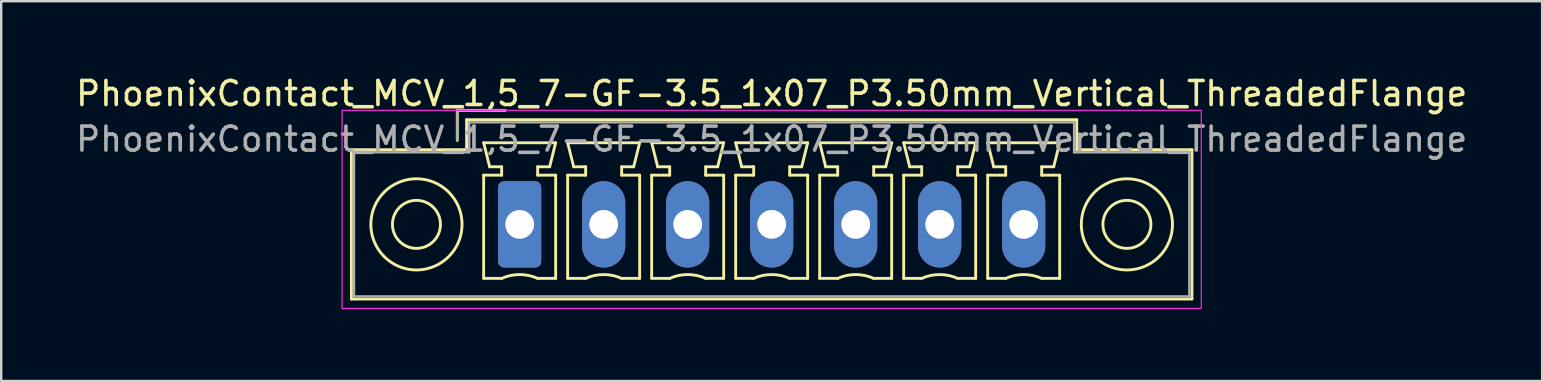
<source format=kicad_pcb>
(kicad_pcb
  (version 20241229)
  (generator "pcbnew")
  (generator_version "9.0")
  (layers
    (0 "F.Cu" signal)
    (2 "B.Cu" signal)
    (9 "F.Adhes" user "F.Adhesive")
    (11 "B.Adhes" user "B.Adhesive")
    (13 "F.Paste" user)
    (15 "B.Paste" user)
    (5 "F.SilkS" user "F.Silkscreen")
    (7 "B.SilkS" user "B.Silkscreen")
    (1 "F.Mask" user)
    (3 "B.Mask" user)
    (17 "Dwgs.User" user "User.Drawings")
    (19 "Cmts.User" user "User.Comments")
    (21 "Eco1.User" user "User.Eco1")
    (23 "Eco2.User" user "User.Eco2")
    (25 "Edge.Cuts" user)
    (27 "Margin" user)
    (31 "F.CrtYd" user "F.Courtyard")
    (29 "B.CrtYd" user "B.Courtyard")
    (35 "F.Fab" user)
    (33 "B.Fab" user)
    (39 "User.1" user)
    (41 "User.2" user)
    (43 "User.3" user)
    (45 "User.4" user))
  (footprint "PhoenixContact_MCV_1,5_7-GF-3.5_1x07_P3.50mm_Vertical_ThreadedFlange"
    (layer "F.Cu")
    (at 18.601 6.298)
    (property "Reference" "PhoenixContact_MCV_1,5_7-GF-3.5_1x07_P3.50mm_Vertical_ThreadedFlange" (at 10.5 -5.45 0) (layer "F.SilkS") (effects (font (size 1 1) (thickness 0.15))))
    (attr through_hole)
    (fp_line (start -7.01 -3.11) (end -7.01 3.11) (stroke (width 0.12) (type solid)) (layer "F.SilkS"))
    (fp_line (start -7.01 3.11) (end 28.01 3.11) (stroke (width 0.12) (type solid)) (layer "F.SilkS"))
    (fp_line (start -2.6 -4.75) (end -0.6 -4.75) (stroke (width 0.12) (type solid)) (layer "F.SilkS"))
    (fp_line (start -2.6 -3.5) (end -2.6 -4.75) (stroke (width 0.12) (type solid)) (layer "F.SilkS"))
    (fp_line (start -2.21 -4.36) (end -2.21 -3.11) (stroke (width 0.12) (type solid)) (layer "F.SilkS"))
    (fp_line (start -2.21 -3.11) (end -7.01 -3.11) (stroke (width 0.12) (type solid)) (layer "F.SilkS"))
    (fp_line (start -1.5 -3.4) (end 1.5 -3.4) (stroke (width 0.12) (type solid)) (layer "F.SilkS"))
    (fp_line (start -1.5 -2.05) (end -0.75 -2.05) (stroke (width 0.12) (type solid)) (layer "F.SilkS"))
    (fp_line (start -1.5 2.25) (end -1.5 -2.05) (stroke (width 0.12) (type solid)) (layer "F.SilkS"))
    (fp_line (start -1.25 -2.4) (end -1.5 -3.4) (stroke (width 0.12) (type solid)) (layer "F.SilkS"))
    (fp_line (start -0.75 -2.4) (end -1.25 -2.4) (stroke (width 0.12) (type solid)) (layer "F.SilkS"))
    (fp_line (start -0.75 -2.05) (end -0.75 -2.4) (stroke (width 0.12) (type solid)) (layer "F.SilkS"))
    (fp_line (start -0.75 2.25) (end -1.5 2.25) (stroke (width 0.12) (type solid)) (layer "F.SilkS"))
    (fp_line (start 0.75 -2.4) (end 0.75 -2.05) (stroke (width 0.12) (type solid)) (layer "F.SilkS"))
    (fp_line (start 0.75 -2.05) (end 1.5 -2.05) (stroke (width 0.12) (type solid)) (layer "F.SilkS"))
    (fp_line (start 1.25 -2.4) (end 0.75 -2.4) (stroke (width 0.12) (type solid)) (layer "F.SilkS"))
    (fp_line (start 1.5 -3.4) (end 1.25 -2.4) (stroke (width 0.12) (type solid)) (layer "F.SilkS"))
    (fp_line (start 1.5 -2.05) (end 1.5 2.25) (stroke (width 0.12) (type solid)) (layer "F.SilkS"))
    (fp_line (start 1.5 2.25) (end 0.75 2.25) (stroke (width 0.12) (type solid)) (layer "F.SilkS"))
    (fp_line (start 2 -3.4) (end 5 -3.4) (stroke (width 0.12) (type solid)) (layer "F.SilkS"))
    (fp_line (start 2 -2.05) (end 2.75 -2.05) (stroke (width 0.12) (type solid)) (layer "F.SilkS"))
    (fp_line (start 2 2.25) (end 2 -2.05) (stroke (width 0.12) (type solid)) (layer "F.SilkS"))
    (fp_line (start 2.25 -2.4) (end 2 -3.4) (stroke (width 0.12) (type solid)) (layer "F.SilkS"))
    (fp_line (start 2.75 -2.4) (end 2.25 -2.4) (stroke (width 0.12) (type solid)) (layer "F.SilkS"))
    (fp_line (start 2.75 -2.05) (end 2.75 -2.4) (stroke (width 0.12) (type solid)) (layer "F.SilkS"))
    (fp_line (start 2.75 2.25) (end 2 2.25) (stroke (width 0.12) (type solid)) (layer "F.SilkS"))
    (fp_line (start 4.25 -2.4) (end 4.25 -2.05) (stroke (width 0.12) (type solid)) (layer "F.SilkS"))
    (fp_line (start 4.25 -2.05) (end 5 -2.05) (stroke (width 0.12) (type solid)) (layer "F.SilkS"))
    (fp_line (start 4.75 -2.4) (end 4.25 -2.4) (stroke (width 0.12) (type solid)) (layer "F.SilkS"))
    (fp_line (start 5 -3.4) (end 4.75 -2.4) (stroke (width 0.12) (type solid)) (layer "F.SilkS"))
    (fp_line (start 5 -2.05) (end 5 2.25) (stroke (width 0.12) (type solid)) (layer "F.SilkS"))
    (fp_line (start 5 2.25) (end 4.25 2.25) (stroke (width 0.12) (type solid)) (layer "F.SilkS"))
    (fp_line (start 5.5 -3.4) (end 8.5 -3.4) (stroke (width 0.12) (type solid)) (layer "F.SilkS"))
    (fp_line (start 5.5 -2.05) (end 6.25 -2.05) (stroke (width 0.12) (type solid)) (layer "F.SilkS"))
    (fp_line (start 5.5 2.25) (end 5.5 -2.05) (stroke (width 0.12) (type solid)) (layer "F.SilkS"))
    (fp_line (start 5.75 -2.4) (end 5.5 -3.4) (stroke (width 0.12) (type solid)) (layer "F.SilkS"))
    (fp_line (start 6.25 -2.4) (end 5.75 -2.4) (stroke (width 0.12) (type solid)) (layer "F.SilkS"))
    (fp_line (start 6.25 -2.05) (end 6.25 -2.4) (stroke (width 0.12) (type solid)) (layer "F.SilkS"))
    (fp_line (start 6.25 2.25) (end 5.5 2.25) (stroke (width 0.12) (type solid)) (layer "F.SilkS"))
    (fp_line (start 7.75 -2.4) (end 7.75 -2.05) (stroke (width 0.12) (type solid)) (layer "F.SilkS"))
    (fp_line (start 7.75 -2.05) (end 8.5 -2.05) (stroke (width 0.12) (type solid)) (layer "F.SilkS"))
    (fp_line (start 8.25 -2.4) (end 7.75 -2.4) (stroke (width 0.12) (type solid)) (layer "F.SilkS"))
    (fp_line (start 8.5 -3.4) (end 8.25 -2.4) (stroke (width 0.12) (type solid)) (layer "F.SilkS"))
    (fp_line (start 8.5 -2.05) (end 8.5 2.25) (stroke (width 0.12) (type solid)) (layer "F.SilkS"))
    (fp_line (start 8.5 2.25) (end 7.75 2.25) (stroke (width 0.12) (type solid)) (layer "F.SilkS"))
    (fp_line (start 9 -3.4) (end 12 -3.4) (stroke (width 0.12) (type solid)) (layer "F.SilkS"))
    (fp_line (start 9 -2.05) (end 9.75 -2.05) (stroke (width 0.12) (type solid)) (layer "F.SilkS"))
    (fp_line (start 9 2.25) (end 9 -2.05) (stroke (width 0.12) (type solid)) (layer "F.SilkS"))
    (fp_line (start 9.25 -2.4) (end 9 -3.4) (stroke (width 0.12) (type solid)) (layer "F.SilkS"))
    (fp_line (start 9.75 -2.4) (end 9.25 -2.4) (stroke (width 0.12) (type solid)) (layer "F.SilkS"))
    (fp_line (start 9.75 -2.05) (end 9.75 -2.4) (stroke (width 0.12) (type solid)) (layer "F.SilkS"))
    (fp_line (start 9.75 2.25) (end 9 2.25) (stroke (width 0.12) (type solid)) (layer "F.SilkS"))
    (fp_line (start 11.25 -2.4) (end 11.25 -2.05) (stroke (width 0.12) (type solid)) (layer "F.SilkS"))
    (fp_line (start 11.25 -2.05) (end 12 -2.05) (stroke (width 0.12) (type solid)) (layer "F.SilkS"))
    (fp_line (start 11.75 -2.4) (end 11.25 -2.4) (stroke (width 0.12) (type solid)) (layer "F.SilkS"))
    (fp_line (start 12 -3.4) (end 11.75 -2.4) (stroke (width 0.12) (type solid)) (layer "F.SilkS"))
    (fp_line (start 12 -2.05) (end 12 2.25) (stroke (width 0.12) (type solid)) (layer "F.SilkS"))
    (fp_line (start 12 2.25) (end 11.25 2.25) (stroke (width 0.12) (type solid)) (layer "F.SilkS"))
    (fp_line (start 12.5 -3.4) (end 15.5 -3.4) (stroke (width 0.12) (type solid)) (layer "F.SilkS"))
    (fp_line (start 12.5 -2.05) (end 13.25 -2.05) (stroke (width 0.12) (type solid)) (layer "F.SilkS"))
    (fp_line (start 12.5 2.25) (end 12.5 -2.05) (stroke (width 0.12) (type solid)) (layer "F.SilkS"))
    (fp_line (start 12.75 -2.4) (end 12.5 -3.4) (stroke (width 0.12) (type solid)) (layer "F.SilkS"))
    (fp_line (start 13.25 -2.4) (end 12.75 -2.4) (stroke (width 0.12) (type solid)) (layer "F.SilkS"))
    (fp_line (start 13.25 -2.05) (end 13.25 -2.4) (stroke (width 0.12) (type solid)) (layer "F.SilkS"))
    (fp_line (start 13.25 2.25) (end 12.5 2.25) (stroke (width 0.12) (type solid)) (layer "F.SilkS"))
    (fp_line (start 14.75 -2.4) (end 14.75 -2.05) (stroke (width 0.12) (type solid)) (layer "F.SilkS"))
    (fp_line (start 14.75 -2.05) (end 15.5 -2.05) (stroke (width 0.12) (type solid)) (layer "F.SilkS"))
    (fp_line (start 15.25 -2.4) (end 14.75 -2.4) (stroke (width 0.12) (type solid)) (layer "F.SilkS"))
    (fp_line (start 15.5 -3.4) (end 15.25 -2.4) (stroke (width 0.12) (type solid)) (layer "F.SilkS"))
    (fp_line (start 15.5 -2.05) (end 15.5 2.25) (stroke (width 0.12) (type solid)) (layer "F.SilkS"))
    (fp_line (start 15.5 2.25) (end 14.75 2.25) (stroke (width 0.12) (type solid)) (layer "F.SilkS"))
    (fp_line (start 16 -3.4) (end 19 -3.4) (stroke (width 0.12) (type solid)) (layer "F.SilkS"))
    (fp_line (start 16 -2.05) (end 16.75 -2.05) (stroke (width 0.12) (type solid)) (layer "F.SilkS"))
    (fp_line (start 16 2.25) (end 16 -2.05) (stroke (width 0.12) (type solid)) (layer "F.SilkS"))
    (fp_line (start 16.25 -2.4) (end 16 -3.4) (stroke (width 0.12) (type solid)) (layer "F.SilkS"))
    (fp_line (start 16.75 -2.4) (end 16.25 -2.4) (stroke (width 0.12) (type solid)) (layer "F.SilkS"))
    (fp_line (start 16.75 -2.05) (end 16.75 -2.4) (stroke (width 0.12) (type solid)) (layer "F.SilkS"))
    (fp_line (start 16.75 2.25) (end 16 2.25) (stroke (width 0.12) (type solid)) (layer "F.SilkS"))
    (fp_line (start 18.25 -2.4) (end 18.25 -2.05) (stroke (width 0.12) (type solid)) (layer "F.SilkS"))
    (fp_line (start 18.25 -2.05) (end 19 -2.05) (stroke (width 0.12) (type solid)) (layer "F.SilkS"))
    (fp_line (start 18.75 -2.4) (end 18.25 -2.4) (stroke (width 0.12) (type solid)) (layer "F.SilkS"))
    (fp_line (start 19 -3.4) (end 18.75 -2.4) (stroke (width 0.12) (type solid)) (layer "F.SilkS"))
    (fp_line (start 19 -2.05) (end 19 2.25) (stroke (width 0.12) (type solid)) (layer "F.SilkS"))
    (fp_line (start 19 2.25) (end 18.25 2.25) (stroke (width 0.12) (type solid)) (layer "F.SilkS"))
    (fp_line (start 19.5 -3.4) (end 22.5 -3.4) (stroke (width 0.12) (type solid)) (layer "F.SilkS"))
    (fp_line (start 19.5 -2.05) (end 20.25 -2.05) (stroke (width 0.12) (type solid)) (layer "F.SilkS"))
    (fp_line (start 19.5 2.25) (end 19.5 -2.05) (stroke (width 0.12) (type solid)) (layer "F.SilkS"))
    (fp_line (start 19.75 -2.4) (end 19.5 -3.4) (stroke (width 0.12) (type solid)) (layer "F.SilkS"))
    (fp_line (start 20.25 -2.4) (end 19.75 -2.4) (stroke (width 0.12) (type solid)) (layer "F.SilkS"))
    (fp_line (start 20.25 -2.05) (end 20.25 -2.4) (stroke (width 0.12) (type solid)) (layer "F.SilkS"))
    (fp_line (start 20.25 2.25) (end 19.5 2.25) (stroke (width 0.12) (type solid)) (layer "F.SilkS"))
    (fp_line (start 21.75 -2.4) (end 21.75 -2.05) (stroke (width 0.12) (type solid)) (layer "F.SilkS"))
    (fp_line (start 21.75 -2.05) (end 22.5 -2.05) (stroke (width 0.12) (type solid)) (layer "F.SilkS"))
    (fp_line (start 22.25 -2.4) (end 21.75 -2.4) (stroke (width 0.12) (type solid)) (layer "F.SilkS"))
    (fp_line (start 22.5 -3.4) (end 22.25 -2.4) (stroke (width 0.12) (type solid)) (layer "F.SilkS"))
    (fp_line (start 22.5 -2.05) (end 22.5 2.25) (stroke (width 0.12) (type solid)) (layer "F.SilkS"))
    (fp_line (start 22.5 2.25) (end 21.75 2.25) (stroke (width 0.12) (type solid)) (layer "F.SilkS"))
    (fp_line (start 23.21 -4.36) (end -2.21 -4.36) (stroke (width 0.12) (type solid)) (layer "F.SilkS"))
    (fp_line (start 23.21 -3.11) (end 23.21 -4.36) (stroke (width 0.12) (type solid)) (layer "F.SilkS"))
    (fp_line (start 28.01 -3.11) (end 23.21 -3.11) (stroke (width 0.12) (type solid)) (layer "F.SilkS"))
    (fp_line (start 28.01 3.11) (end 28.01 -3.11) (stroke (width 0.12) (type solid)) (layer "F.SilkS"))
    (fp_arc (start -0.75 2.25) (mid -0.000193 2.09191) (end 0.749647 2.249844) (stroke (width 0.12) (type solid)) (layer "F.SilkS"))
    (fp_arc (start 2.75 2.25) (mid 3.499807 2.09191) (end 4.249647 2.249844) (stroke (width 0.12) (type solid)) (layer "F.SilkS"))
    (fp_arc (start 6.25 2.25) (mid 6.999807 2.09191) (end 7.749647 2.249844) (stroke (width 0.12) (type solid)) (layer "F.SilkS"))
    (fp_arc (start 9.75 2.25) (mid 10.499807 2.09191) (end 11.249647 2.249844) (stroke (width 0.12) (type solid)) (layer "F.SilkS"))
    (fp_arc (start 13.25 2.25) (mid 13.999807 2.09191) (end 14.749647 2.249844) (stroke (width 0.12) (type solid)) (layer "F.SilkS"))
    (fp_arc (start 16.75 2.25) (mid 17.499807 2.09191) (end 18.249647 2.249844) (stroke (width 0.12) (type solid)) (layer "F.SilkS"))
    (fp_arc (start 20.25 2.25) (mid 20.999807 2.09191) (end 21.749647 2.249844) (stroke (width 0.12) (type solid)) (layer "F.SilkS"))
    (fp_circle (center -4.3 0) (end -3.3 0) (stroke (width 0.12) (type solid)) (fill no) (layer "F.SilkS"))
    (fp_circle (center -4.3 0) (end -2.4 0) (stroke (width 0.12) (type solid)) (fill no) (layer "F.SilkS"))
    (fp_circle (center 25.3 0) (end 26.3 0) (stroke (width 0.12) (type solid)) (fill no) (layer "F.SilkS"))
    (fp_circle (center 25.3 0) (end 27.2 0) (stroke (width 0.12) (type solid)) (fill no) (layer "F.SilkS"))
    (fp_line (start -7.4 -4.75) (end -7.4 3.5) (stroke (width 0.05) (type solid)) (layer "F.CrtYd"))
    (fp_line (start -7.4 3.5) (end 28.4 3.5) (stroke (width 0.05) (type solid)) (layer "F.CrtYd"))
    (fp_line (start 28.4 -4.75) (end -7.4 -4.75) (stroke (width 0.05) (type solid)) (layer "F.CrtYd"))
    (fp_line (start 28.4 3.5) (end 28.4 -4.75) (stroke (width 0.05) (type solid)) (layer "F.CrtYd"))
    (fp_line (start -6.9 -3) (end -6.9 3) (stroke (width 0.1) (type solid)) (layer "F.Fab"))
    (fp_line (start -6.9 3) (end 27.9 3) (stroke (width 0.1) (type solid)) (layer "F.Fab"))
    (fp_line (start -2.6 -4.75) (end -0.6 -4.75) (stroke (width 0.1) (type solid)) (layer "F.Fab"))
    (fp_line (start -2.6 -3.5) (end -2.6 -4.75) (stroke (width 0.1) (type solid)) (layer "F.Fab"))
    (fp_line (start -2.1 -4.25) (end -2.1 -3) (stroke (width 0.1) (type solid)) (layer "F.Fab"))
    (fp_line (start -2.1 -3) (end -6.9 -3) (stroke (width 0.1) (type solid)) (layer "F.Fab"))
    (fp_line (start 23.1 -4.25) (end -2.1 -4.25) (stroke (width 0.1) (type solid)) (layer "F.Fab"))
    (fp_line (start 23.1 -3) (end 23.1 -4.25) (stroke (width 0.1) (type solid)) (layer "F.Fab"))
    (fp_line (start 27.9 -3) (end 23.1 -3) (stroke (width 0.1) (type solid)) (layer "F.Fab"))
    (fp_line (start 27.9 3) (end 27.9 -3) (stroke (width 0.1) (type solid)) (layer "F.Fab"))
    (fp_text user "${REFERENCE}" (at 10.5 -3.55 0) (layer "F.Fab") (effects (font (size 1 1) (thickness 0.15))))
    (pad "1" thru_hole roundrect (at 0 0) (size 1.8 3.6) (drill 1.2) (layers "*.Cu" "*.Mask") (roundrect_rratio 0.139))
    (pad "2" thru_hole oval (at 3.5 0) (size 1.8 3.6) (drill 1.2) (layers "*.Cu" "*.Mask"))
    (pad "3" thru_hole oval (at 7 0) (size 1.8 3.6) (drill 1.2) (layers "*.Cu" "*.Mask"))
    (pad "4" thru_hole oval (at 10.5 0) (size 1.8 3.6) (drill 1.2) (layers "*.Cu" "*.Mask"))
    (pad "5" thru_hole oval (at 14 0) (size 1.8 3.6) (drill 1.2) (layers "*.Cu" "*.Mask"))
    (pad "6" thru_hole oval (at 17.5 0) (size 1.8 3.6) (drill 1.2) (layers "*.Cu" "*.Mask"))
    (pad "7" thru_hole oval (at 21 0) (size 1.8 3.6) (drill 1.2) (layers "*.Cu" "*.Mask")))
  (gr_rect
    (start -3 -3)
    (end 61.202 12.823)
    (stroke (width 0.1) (type default))
    (fill no)
    (layer "Edge.Cuts")))
</source>
